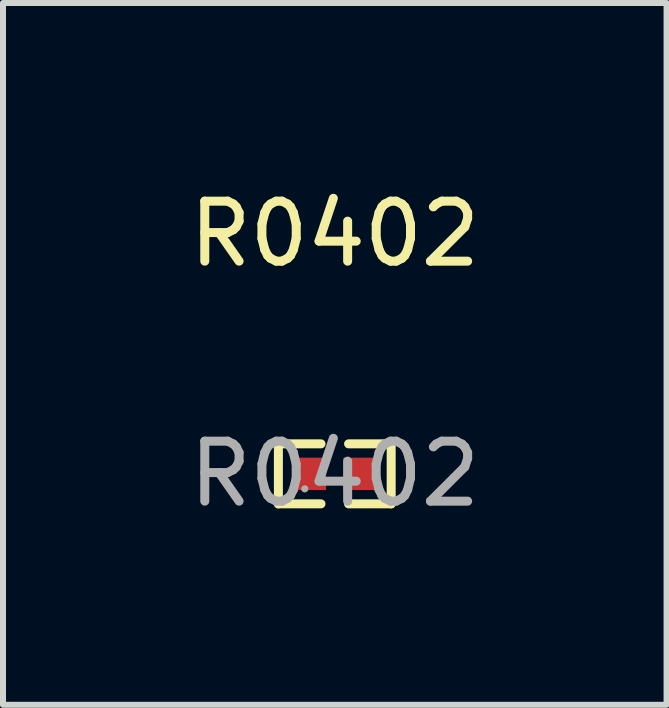
<source format=kicad_pcb>
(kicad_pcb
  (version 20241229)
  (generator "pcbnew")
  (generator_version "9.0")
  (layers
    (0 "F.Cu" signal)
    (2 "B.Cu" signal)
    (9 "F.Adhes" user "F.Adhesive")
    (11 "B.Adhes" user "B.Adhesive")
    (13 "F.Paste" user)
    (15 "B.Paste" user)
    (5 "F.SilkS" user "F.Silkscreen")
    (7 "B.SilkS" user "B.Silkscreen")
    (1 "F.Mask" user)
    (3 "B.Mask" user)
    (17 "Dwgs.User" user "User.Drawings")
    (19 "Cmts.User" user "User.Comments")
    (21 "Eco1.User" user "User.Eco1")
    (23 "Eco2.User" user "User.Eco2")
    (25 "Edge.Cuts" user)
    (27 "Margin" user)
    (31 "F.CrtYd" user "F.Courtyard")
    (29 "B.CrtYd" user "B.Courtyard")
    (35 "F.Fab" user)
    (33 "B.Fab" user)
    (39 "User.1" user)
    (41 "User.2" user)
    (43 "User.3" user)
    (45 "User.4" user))
  (footprint "R0402"
    (layer "F.Cu")
    (at 2.53 4.848)
    (property "Reference" "R0402" (at 0 -4 0) (layer "F.SilkS") (effects (font (size 1 1) (thickness 0.15))))
    (attr through_hole)
    (fp_line (start -0.94 -0.5) (end -0.23 -0.5) (stroke (width 0.15) (type solid)) (layer "F.SilkS"))
    (fp_line (start -0.94 0.5) (end -0.94 -0.5) (stroke (width 0.15) (type solid)) (layer "F.SilkS"))
    (fp_line (start -0.23 0.5) (end -0.94 0.5) (stroke (width 0.15) (type solid)) (layer "F.SilkS"))
    (fp_line (start 0.23 0.5) (end 0.94 0.5) (stroke (width 0.15) (type solid)) (layer "F.SilkS"))
    (fp_line (start 0.94 -0.5) (end 0.23 -0.5) (stroke (width 0.15) (type solid)) (layer "F.SilkS"))
    (fp_line (start 0.94 0.5) (end 0.94 -0.5) (stroke (width 0.15) (type solid)) (layer "F.SilkS"))
    (fp_circle (center -0.5 0.25) (end -0.47 0.25) (stroke (width 0.06) (type solid)) (fill no) (layer "F.Fab"))
    (fp_text user "${REFERENCE}" (at 0 0 0) (layer "F.Fab") (effects (font (size 1 1) (thickness 0.15))))
    (pad "1" smd rect (at -0.43 0) (size 0.57 0.54) (layers "F.Cu" "F.Mask" "F.Paste"))
    (pad "2" smd rect (at 0.43 0) (size 0.57 0.54) (layers "F.Cu" "F.Mask" "F.Paste")))
  (gr_rect
    (start -3 -3)
    (end 8.06 8.697)
    (stroke (width 0.1) (type default))
    (fill no)
    (layer "Edge.Cuts")))
</source>
